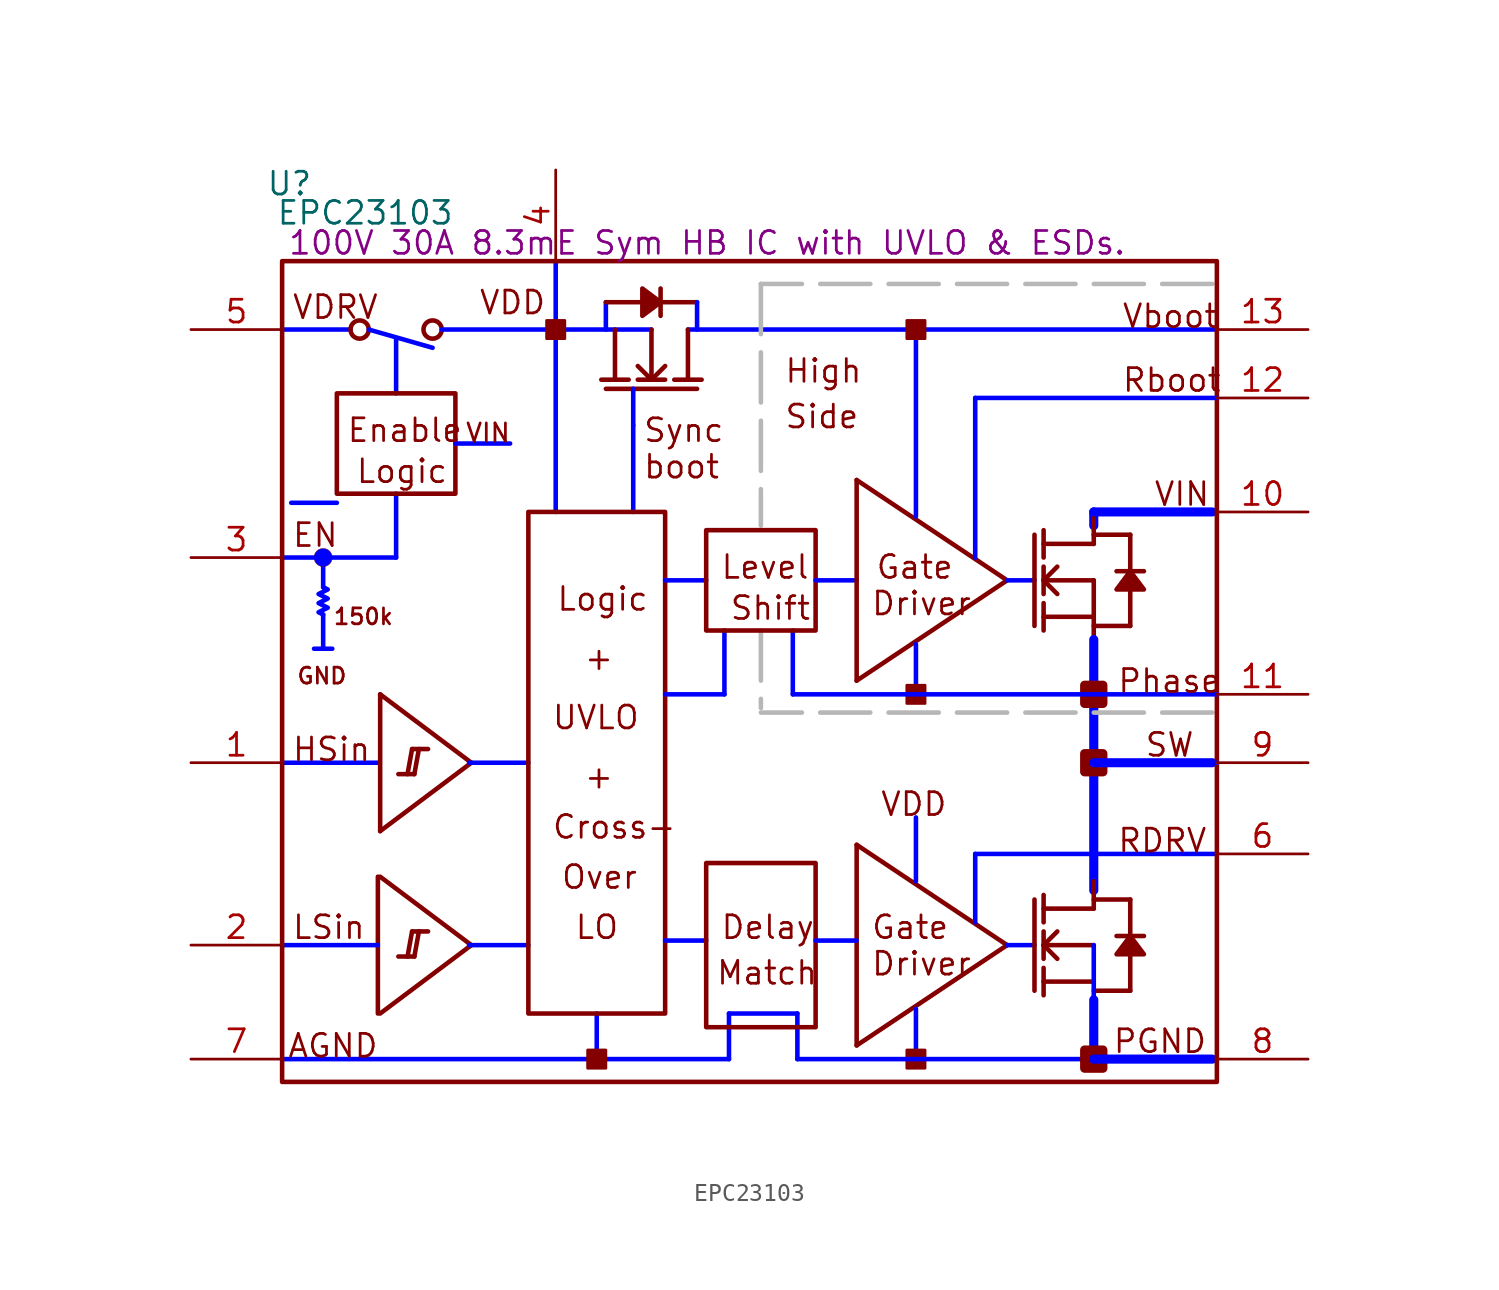
<source format=kicad_sym>
(kicad_symbol_lib
  (version 20220914)
  (generator kicad_symbol_editor)
  (symbol "EPC23103"
    (property "Reference" "U"
      (at 5.486 50.038 0)
      (effects (font (size 1.27 1.27))))
    (property "Value" "EPC23103"
      (at 9.703 48.412 0)
      (effects (font (size 1.27 1.27))))
    (property "Description" "100V 30A 8.3mE Sym HB IC with UVLO & ESDs."
      (at 28.753 46.736 0)
      (effects (font (size 1.27 1.27))))
    (symbol "EPC23103_1_0"
      (polyline (pts (xy 5.08 1.27) (xy 29.972 1.27)) (stroke (width 0.254) (type solid) (color 0 0 255 1)) (fill (type none)))
      (polyline (pts (xy 5.08 41.91) (xy 8.89 41.91)) (stroke (width 0.254) (type solid) (color 0 0 255 1)) (fill (type none)))
      (polyline (pts (xy 5.588 32.258) (xy 8.128 32.258)) (stroke (width 0.254) (type solid) (color 0 0 255 1)) (fill (type none)))
      (polyline (pts (xy 7.366 26.035) (xy 7.366 24.13)) (stroke (width 0.254) (type solid) (color 0 0 255 1)) (fill (type none)))
      (polyline (pts (xy 7.366 29.21) (xy 7.366 27.559)) (stroke (width 0.254) (type solid) (color 0 0 255 1)) (fill (type none)))
      (polyline (pts (xy 7.874 24.13) (xy 6.858 24.13)) (stroke (width 0.254) (type solid) (color 0 0 255 1)) (fill (type none)))
      (polyline (pts (xy 9.906 41.91) (xy 13.462 40.894)) (stroke (width 0.254) (type solid) (color 0 0 255 1)) (fill (type none)))
      (polyline (pts (xy 10.414 7.62) (xy 5.08 7.62)) (stroke (width 0.254) (type solid) (color 0 0 255 1)) (fill (type none)))
      (polyline (pts (xy 10.414 11.43) (xy 10.414 3.81)) (stroke (width 0.254) (type solid)) (fill (type none)))
      (polyline (pts (xy 10.414 17.78) (xy 5.08 17.78)) (stroke (width 0.254) (type solid) (color 0 0 255 1)) (fill (type none)))
      (polyline (pts (xy 10.541 3.81) (xy 15.621 7.62)) (stroke (width 0.254) (type solid)) (fill (type none)))
      (polyline (pts (xy 10.541 11.43) (xy 15.621 7.62)) (stroke (width 0.254) (type solid)) (fill (type none)))
      (polyline (pts (xy 10.541 13.97) (xy 15.621 17.78)) (stroke (width 0.254) (type solid)) (fill (type none)))
      (polyline (pts (xy 10.541 21.59) (xy 10.541 13.97)) (stroke (width 0.254) (type solid)) (fill (type none)))
      (polyline (pts (xy 10.541 21.59) (xy 15.621 17.78)) (stroke (width 0.254) (type solid)) (fill (type none)))
      (polyline (pts (xy 11.43 29.21) (xy 5.08 29.21)) (stroke (width 0.254) (type solid) (color 0 0 255 1)) (fill (type none)))
      (polyline (pts (xy 11.43 29.21) (xy 11.43 32.766)) (stroke (width 0.254) (type solid) (color 0 0 255 1)) (fill (type none)))
      (polyline (pts (xy 11.43 38.354) (xy 11.43 41.402)) (stroke (width 0.254) (type solid) (color 0 0 255 1)) (fill (type none)))
      (polyline (pts (xy 12.065 6.985) (xy 12.319 8.382)) (stroke (width 0.254) (type solid)) (fill (type none)))
      (polyline (pts (xy 12.065 17.145) (xy 12.319 18.542)) (stroke (width 0.254) (type solid)) (fill (type none)))
      (polyline (pts (xy 12.446 6.985) (xy 11.557 6.985)) (stroke (width 0.254) (type solid)) (fill (type none)))
      (polyline (pts (xy 12.446 6.985) (xy 12.7 8.382)) (stroke (width 0.254) (type solid)) (fill (type none)))
      (polyline (pts (xy 12.446 17.145) (xy 11.557 17.145)) (stroke (width 0.254) (type solid)) (fill (type none)))
      (polyline (pts (xy 12.446 17.145) (xy 12.7 18.542)) (stroke (width 0.254) (type solid)) (fill (type none)))
      (polyline (pts (xy 13.208 8.382) (xy 12.319 8.382)) (stroke (width 0.254) (type solid)) (fill (type none)))
      (polyline (pts (xy 13.208 18.542) (xy 12.319 18.542)) (stroke (width 0.254) (type solid)) (fill (type none)))
      (polyline (pts (xy 13.97 41.91) (xy 25.654 41.91)) (stroke (width 0.254) (type solid) (color 0 0 255 1)) (fill (type none)))
      (polyline (pts (xy 15.494 7.62) (xy 18.796 7.62)) (stroke (width 0.254) (type solid) (color 0 0 255 1)) (fill (type none)))
      (polyline (pts (xy 15.494 17.78) (xy 18.796 17.78)) (stroke (width 0.254) (type solid) (color 0 0 255 1)) (fill (type none)))
      (polyline (pts (xy 17.78 35.56) (xy 14.732 35.56)) (stroke (width 0.254) (type solid) (color 0 0 255 1)) (fill (type none)))
      (polyline (pts (xy 20.32 31.75) (xy 20.32 45.72)) (stroke (width 0.254) (type solid) (color 0 0 255 1)) (fill (type none)))
      (polyline (pts (xy 22.606 1.27) (xy 22.606 3.81)) (stroke (width 0.254) (type solid) (color 0 0 255 1)) (fill (type none)))
      (polyline (pts (xy 23.114 38.608) (xy 28.194 38.608)) (stroke (width 0.254) (type solid)) (fill (type none)))
      (polyline (pts (xy 23.114 43.434) (xy 23.114 41.91)) (stroke (width 0.254) (type solid) (color 0 0 255 1)) (fill (type none)))
      (polyline (pts (xy 23.114 43.434) (xy 25.146 43.434)) (stroke (width 0.254) (type solid)) (fill (type none)))
      (polyline (pts (xy 23.622 41.91) (xy 23.622 39.116)) (stroke (width 0.254) (type solid)) (fill (type none)))
      (polyline (pts (xy 24.384 39.116) (xy 22.86 39.116)) (stroke (width 0.254) (type solid)) (fill (type none)))
      (polyline (pts (xy 24.638 31.75) (xy 24.638 36.576)) (stroke (width 0.254) (type solid) (color 0 0 255 1)) (fill (type none)))
      (polyline (pts (xy 24.638 38.608) (xy 24.638 36.576)) (stroke (width 0.254) (type solid) (color 0 0 255 1)) (fill (type none)))
      (polyline (pts (xy 25.654 39.116) (xy 24.892 39.878)) (stroke (width 0.254) (type solid)) (fill (type none)))
      (polyline (pts (xy 25.654 39.116) (xy 25.654 41.91)) (stroke (width 0.254) (type solid)) (fill (type none)))
      (polyline (pts (xy 26.162 42.672) (xy 26.162 44.196)) (stroke (width 0.254) (type solid)) (fill (type none)))
      (polyline (pts (xy 26.162 43.434) (xy 28.194 43.434)) (stroke (width 0.254) (type solid)) (fill (type none)))
      (polyline (pts (xy 26.416 27.94) (xy 28.702 27.94)) (stroke (width 0.254) (type solid) (color 0 0 255 1)) (fill (type none)))
      (polyline (pts (xy 26.416 39.116) (xy 24.892 39.116)) (stroke (width 0.254) (type solid)) (fill (type none)))
      (polyline (pts (xy 26.416 39.878) (xy 25.654 39.116)) (stroke (width 0.254) (type solid)) (fill (type none)))
      (polyline (pts (xy 27.686 39.116) (xy 27.686 41.91)) (stroke (width 0.254) (type solid)) (fill (type none)))
      (polyline (pts (xy 27.686 41.91) (xy 57.15 41.91)) (stroke (width 0.254) (type solid) (color 0 0 255 1)) (fill (type none)))
      (polyline (pts (xy 28.194 43.434) (xy 28.194 41.91)) (stroke (width 0.254) (type solid) (color 0 0 255 1)) (fill (type none)))
      (polyline (pts (xy 28.448 39.116) (xy 26.924 39.116)) (stroke (width 0.254) (type solid)) (fill (type none)))
      (polyline (pts (xy 28.702 7.874) (xy 26.416 7.874)) (stroke (width 0.254) (type solid) (color 0 0 255 1)) (fill (type none)))
      (polyline (pts (xy 29.718 21.59) (xy 26.416 21.59)) (stroke (width 0.254) (type solid) (color 0 0 255 1)) (fill (type none)))
      (polyline (pts (xy 29.718 21.59) (xy 29.718 25.146)) (stroke (width 0.254) (type solid) (color 0 0 255 1)) (fill (type none)))
      (polyline (pts (xy 29.972 1.27) (xy 29.972 3.048)) (stroke (width 0.254) (type solid) (color 0 0 255 1)) (fill (type none)))
      (polyline (pts (xy 29.972 3.048) (xy 29.972 3.81)) (stroke (width 0.254) (type solid) (color 0 0 255 1)) (fill (type none)))
      (polyline (pts (xy 29.972 3.81) (xy 33.782 3.81)) (stroke (width 0.254) (type solid) (color 0 0 255 1)) (fill (type none)))
      (polyline (pts (xy 31.75 25.146) (xy 31.75 20.828)) (stroke (width 0.254) (type dash) (color 183 183 183 1)) (fill (type none)))
      (polyline (pts (xy 31.75 44.45) (xy 31.75 30.988)) (stroke (width 0.254) (type dash) (color 183 183 183 1)) (fill (type none)))
      (polyline (pts (xy 33.528 21.59) (xy 33.528 25.146)) (stroke (width 0.254) (type solid) (color 0 0 255 1)) (fill (type none)))
      (polyline (pts (xy 33.782 1.27) (xy 33.782 3.048)) (stroke (width 0.254) (type solid) (color 0 0 255 1)) (fill (type none)))
      (polyline (pts (xy 33.782 3.048) (xy 33.782 3.81)) (stroke (width 0.254) (type solid) (color 0 0 255 1)) (fill (type none)))
      (polyline (pts (xy 34.798 27.94) (xy 37.084 27.94)) (stroke (width 0.254) (type solid) (color 0 0 255 1)) (fill (type none)))
      (polyline (pts (xy 37.084 2.032) (xy 45.466 7.62)) (stroke (width 0.254) (type solid)) (fill (type none)))
      (polyline (pts (xy 37.084 7.874) (xy 34.798 7.874)) (stroke (width 0.254) (type solid) (color 0 0 255 1)) (fill (type none)))
      (polyline (pts (xy 37.084 13.208) (xy 37.084 2.032)) (stroke (width 0.254) (type solid)) (fill (type none)))
      (polyline (pts (xy 37.084 13.208) (xy 45.466 7.62)) (stroke (width 0.254) (type solid)) (fill (type none)))
      (polyline (pts (xy 37.084 22.352) (xy 45.466 27.94)) (stroke (width 0.254) (type solid)) (fill (type none)))
      (polyline (pts (xy 37.084 33.528) (xy 37.084 22.352)) (stroke (width 0.254) (type solid)) (fill (type none)))
      (polyline (pts (xy 37.084 33.528) (xy 45.466 27.94)) (stroke (width 0.254) (type solid)) (fill (type none)))
      (polyline (pts (xy 40.386 1.27) (xy 40.386 4.064)) (stroke (width 0.254) (type solid) (color 0 0 255 1)) (fill (type none)))
      (polyline (pts (xy 40.386 11.176) (xy 40.386 14.732)) (stroke (width 0.254) (type solid) (color 0 0 255 1)) (fill (type none)))
      (polyline (pts (xy 40.386 21.59) (xy 40.386 24.384)) (stroke (width 0.254) (type solid) (color 0 0 255 1)) (fill (type none)))
      (polyline (pts (xy 40.386 31.496) (xy 40.386 41.91)) (stroke (width 0.254) (type solid) (color 0 0 255 1)) (fill (type none)))
      (polyline (pts (xy 43.688 8.89) (xy 43.688 12.7)) (stroke (width 0.254) (type solid) (color 0 0 255 1)) (fill (type none)))
      (polyline (pts (xy 43.688 12.7) (xy 57.15 12.7)) (stroke (width 0.254) (type solid) (color 0 0 255 1)) (fill (type none)))
      (polyline (pts (xy 43.688 29.21) (xy 43.688 38.1)) (stroke (width 0.254) (type solid) (color 0 0 255 1)) (fill (type none)))
      (polyline (pts (xy 45.466 7.62) (xy 46.99 7.62)) (stroke (width 0.254) (type solid) (color 0 0 255 1)) (fill (type none)))
      (polyline (pts (xy 45.466 27.94) (xy 46.99 27.94)) (stroke (width 0.254) (type solid) (color 0 0 255 1)) (fill (type none)))
      (polyline (pts (xy 46.99 10.16) (xy 46.99 5.08)) (stroke (width 0.254) (type solid)) (fill (type none)))
      (polyline (pts (xy 46.99 30.48) (xy 46.99 25.4)) (stroke (width 0.254) (type solid)) (fill (type none)))
      (polyline (pts (xy 47.498 4.826) (xy 47.498 6.35)) (stroke (width 0.254) (type solid)) (fill (type none)))
      (polyline (pts (xy 47.498 5.588) (xy 50.292 5.588)) (stroke (width 0.254) (type solid)) (fill (type none)))
      (polyline (pts (xy 47.498 6.858) (xy 47.498 8.382)) (stroke (width 0.254) (type solid)) (fill (type none)))
      (polyline (pts (xy 47.498 7.62) (xy 48.26 8.382)) (stroke (width 0.254) (type solid)) (fill (type none)))
      (polyline (pts (xy 47.498 7.62) (xy 50.292 7.62)) (stroke (width 0.254) (type solid)) (fill (type none)))
      (polyline (pts (xy 47.498 8.89) (xy 47.498 10.414)) (stroke (width 0.254) (type solid)) (fill (type none)))
      (polyline (pts (xy 47.498 25.146) (xy 47.498 26.67)) (stroke (width 0.254) (type solid)) (fill (type none)))
      (polyline (pts (xy 47.498 25.908) (xy 50.292 25.908)) (stroke (width 0.254) (type solid)) (fill (type none)))
      (polyline (pts (xy 47.498 27.178) (xy 47.498 28.702)) (stroke (width 0.254) (type solid)) (fill (type none)))
      (polyline (pts (xy 47.498 27.94) (xy 48.26 28.702)) (stroke (width 0.254) (type solid)) (fill (type none)))
      (polyline (pts (xy 47.498 27.94) (xy 50.292 27.94)) (stroke (width 0.254) (type solid)) (fill (type none)))
      (polyline (pts (xy 47.498 29.21) (xy 47.498 30.734)) (stroke (width 0.254) (type solid)) (fill (type none)))
      (polyline (pts (xy 48.26 6.858) (xy 47.498 7.62)) (stroke (width 0.254) (type solid)) (fill (type none)))
      (polyline (pts (xy 48.26 27.178) (xy 47.498 27.94)) (stroke (width 0.254) (type solid)) (fill (type none)))
      (polyline (pts (xy 50.292 1.27) (xy 33.782 1.27)) (stroke (width 0.254) (type solid) (color 0 0 255 1)) (fill (type none)))
      (polyline (pts (xy 50.292 1.27) (xy 50.292 7.62)) (stroke (width 0.254) (type solid) (color 0 0 255 1)) (fill (type none)))
      (polyline (pts (xy 50.292 1.524) (xy 50.292 4.572)) (stroke (width 0.508) (type solid) (color 0 0 255 1)) (fill (type none)))
      (polyline (pts (xy 50.292 5.08) (xy 52.324 5.08)) (stroke (width 0.254) (type solid)) (fill (type none)))
      (polyline (pts (xy 50.292 9.652) (xy 47.498 9.652)) (stroke (width 0.254) (type solid)) (fill (type none)))
      (polyline (pts (xy 50.292 9.652) (xy 50.292 11.176)) (stroke (width 0.254) (type solid)) (fill (type none)))
      (polyline (pts (xy 50.292 10.16) (xy 52.324 10.16)) (stroke (width 0.254) (type solid)) (fill (type none)))
      (polyline (pts (xy 50.292 10.668) (xy 50.292 21.59)) (stroke (width 0.508) (type solid) (color 0 0 255 1)) (fill (type none)))
      (polyline (pts (xy 50.292 21.59) (xy 50.292 24.638)) (stroke (width 0.508) (type solid) (color 0 0 255 1)) (fill (type none)))
      (polyline (pts (xy 50.292 25.4) (xy 52.324 25.4)) (stroke (width 0.254) (type solid)) (fill (type none)))
      (polyline (pts (xy 50.292 27.94) (xy 50.292 22.86)) (stroke (width 0.254) (type solid)) (fill (type none)))
      (polyline (pts (xy 50.292 29.972) (xy 47.498 29.972)) (stroke (width 0.254) (type solid)) (fill (type none)))
      (polyline (pts (xy 50.292 29.972) (xy 50.292 31.496)) (stroke (width 0.254) (type solid)) (fill (type none)))
      (polyline (pts (xy 50.292 30.48) (xy 52.324 30.48)) (stroke (width 0.254) (type solid)) (fill (type none)))
      (polyline (pts (xy 50.292 30.988) (xy 50.292 31.75)) (stroke (width 0.508) (type solid) (color 0 0 255 1)) (fill (type none)))
      (polyline (pts (xy 50.292 31.75) (xy 57.15 31.75)) (stroke (width 0.254) (type solid) (color 0 0 255 1)) (fill (type none)))
      (polyline (pts (xy 52.324 7.112) (xy 52.324 5.08)) (stroke (width 0.254) (type solid)) (fill (type none)))
      (polyline (pts (xy 52.324 10.16) (xy 52.324 8.128)) (stroke (width 0.254) (type solid)) (fill (type none)))
      (polyline (pts (xy 52.324 27.432) (xy 52.324 25.4)) (stroke (width 0.254) (type solid)) (fill (type none)))
      (polyline (pts (xy 52.324 30.48) (xy 52.324 28.448)) (stroke (width 0.254) (type solid)) (fill (type none)))
      (polyline (pts (xy 53.086 8.128) (xy 51.562 8.128)) (stroke (width 0.254) (type solid)) (fill (type none)))
      (polyline (pts (xy 53.086 28.448) (xy 51.562 28.448)) (stroke (width 0.254) (type solid)) (fill (type none)))
      (polyline (pts (xy 56.896 1.27) (xy 50.292 1.27)) (stroke (width 0.508) (type solid) (color 0 0 255 1)) (fill (type none)))
      (polyline (pts (xy 56.896 17.78) (xy 50.292 17.78)) (stroke (width 0.508) (type solid) (color 0 0 255 1)) (fill (type none)))
      (polyline (pts (xy 56.896 20.574) (xy 31.75 20.574)) (stroke (width 0.254) (type dash) (color 183 183 183 1)) (fill (type none)))
      (polyline (pts (xy 56.896 31.75) (xy 50.292 31.75)) (stroke (width 0.508) (type solid) (color 0 0 255 1)) (fill (type none)))
      (polyline (pts (xy 56.896 44.45) (xy 31.75 44.45)) (stroke (width 0.254) (type dash) (color 183 183 183 1)) (fill (type none)))
      (polyline (pts (xy 57.15 17.78) (xy 50.292 17.78)) (stroke (width 0.254) (type solid) (color 0 0 255 1)) (fill (type none)))
      (polyline (pts (xy 57.15 21.59) (xy 33.528 21.59)) (stroke (width 0.254) (type solid) (color 0 0 255 1)) (fill (type none)))
      (polyline (pts (xy 57.15 38.1) (xy 43.688 38.1)) (stroke (width 0.254) (type solid) (color 0 0 255 1)) (fill (type none)))
      (polyline (pts (xy 26.162 43.434) (xy 25.146 44.196) (xy 25.146 42.672) (xy 26.162 43.434)) (stroke (width 0.254) (type solid)) (fill (type outline)))
      (polyline (pts (xy 52.324 8.128) (xy 51.562 7.112) (xy 53.086 7.112) (xy 52.324 8.128)) (stroke (width 0.254) (type solid)) (fill (type outline)))
      (polyline (pts (xy 52.324 28.448) (xy 51.562 27.432) (xy 53.086 27.432) (xy 52.324 28.448)) (stroke (width 0.254) (type solid)) (fill (type outline)))
      (polyline (pts (xy 7.366 26.035) (xy 7.112 26.162) (xy 7.62 26.416) (xy 7.112 26.67) (xy 7.62 26.924) (xy 7.112 27.178) (xy 7.62 27.432) (xy 7.366 27.559)) (stroke (width 0.254) (type solid) (color 0 0 255 1)) (fill (type none)))
      (circle (center 7.366 29.21) (radius 0.508) (stroke (width 0.0001) (type solid)) (fill (type color) (color 0 0 255 1)))
      (circle (center 9.398 41.91) (radius 0.508) (stroke (width 0.254) (type solid)) (fill (type none)))
      (circle (center 13.462 41.91) (radius 0.508) (stroke (width 0.254) (type solid)) (fill (type none)))
      (rectangle (start 14.732 38.354) (end 8.128 32.766) (stroke (width 0.254) (type solid)) (fill (type none)))
      (rectangle (start 20.828 42.418) (end 19.812 41.402) (stroke (width 0) (type solid)) (fill (type outline)))
      (rectangle (start 23.114 1.778) (end 22.098 0.762) (stroke (width 0) (type solid)) (fill (type outline)))
      (rectangle (start 26.416 31.75) (end 18.796 3.81) (stroke (width 0.254) (type solid)) (fill (type none)))
      (rectangle (start 34.798 12.192) (end 28.702 3.048) (stroke (width 0.254) (type solid)) (fill (type none)))
      (rectangle (start 34.798 30.734) (end 28.702 25.146) (stroke (width 0.254) (type solid)) (fill (type none)))
      (rectangle (start 40.894 1.778) (end 39.878 0.762) (stroke (width 0) (type solid)) (fill (type outline)))
      (rectangle (start 40.894 22.098) (end 39.878 21.082) (stroke (width 0) (type solid)) (fill (type outline)))
      (rectangle (start 40.894 42.418) (end 39.878 41.402) (stroke (width 0) (type solid)) (fill (type outline)))
      (rectangle (start 50.8 1.778) (end 49.784 0.762) (stroke (width 0.508) (type solid)) (fill (type outline)))
      (rectangle (start 50.8 18.288) (end 49.784 17.272) (stroke (width 0.508) (type solid)) (fill (type outline)))
      (rectangle (start 50.8 22.098) (end 49.784 21.082) (stroke (width 0.508) (type solid)) (fill (type outline)))
      (rectangle (start 57.15 45.72) (end 5.08 0) (stroke (width 0.254) (type solid)) (fill (type none)))
      (text "+" (at 21.844 16.256 0) (effects (font (size 1.27 1.27)) (justify left bottom)))
      (text "+" (at 21.844 22.86 0) (effects (font (size 1.27 1.27)) (justify left bottom)))
      (text "150k" (at 7.874 25.4 0) (effects (font (size 0.889 0.889)) (justify left bottom)))
      (text "AGND" (at 5.334 1.27 0) (effects (font (size 1.27 1.27)) (justify left bottom)))
      (text "boot" (at 25.146 33.528 0) (effects (font (size 1.27 1.27)) (justify left bottom)))
      (text "Cross-" (at 20.066 13.462 0) (effects (font (size 1.27 1.27)) (justify left bottom)))
      (text "Delay" (at 29.464 7.874 0) (effects (font (size 1.27 1.27)) (justify left bottom)))
      (text "Driver" (at 37.846 5.842 0) (effects (font (size 1.27 1.27)) (justify left bottom)))
      (text "Driver" (at 37.846 25.908 0) (effects (font (size 1.27 1.27)) (justify left bottom)))
      (text "EN" (at 5.588 29.718 0) (effects (font (size 1.27 1.27)) (justify left bottom)))
      (text "Enable" (at 8.636 35.56 0) (effects (font (size 1.27 1.27)) (justify left bottom)))
      (text "Gate" (at 37.846 7.874 0) (effects (font (size 1.27 1.27)) (justify left bottom)))
      (text "Gate" (at 38.1 27.94 0) (effects (font (size 1.27 1.27)) (justify left bottom)))
      (text "GND" (at 5.842 22.098 0) (effects (font (size 0.889 0.889)) (justify left bottom)))
      (text "High" (at 33.02 38.862 0) (effects (font (size 1.27 1.27)) (justify left bottom)))
      (text "HSin" (at 5.588 17.78 0) (effects (font (size 1.27 1.27)) (justify left bottom)))
      (text "Level" (at 29.464 27.94 0) (effects (font (size 1.27 1.27)) (justify left bottom)))
      (text "LO" (at 21.336 7.874 0) (effects (font (size 1.27 1.27)) (justify left bottom)))
      (text "Logic" (at 9.144 33.274 0) (effects (font (size 1.27 1.27)) (justify left bottom)))
      (text "Logic" (at 20.32 26.162 0) (effects (font (size 1.27 1.27)) (justify left bottom)))
      (text "LSin" (at 5.588 7.874 0) (effects (font (size 1.27 1.27)) (justify left bottom)))
      (text "Match" (at 29.21 5.334 0) (effects (font (size 1.27 1.27)) (justify left bottom)))
      (text "Over" (at 20.574 10.668 0) (effects (font (size 1.27 1.27)) (justify left bottom)))
      (text "PGND" (at 51.308 1.524 0) (effects (font (size 1.27 1.27)) (justify left bottom)))
      (text "Phase" (at 51.562 21.59 0) (effects (font (size 1.27 1.27)) (justify left bottom)))
      (text "Rboot" (at 51.816 38.354 0) (effects (font (size 1.27 1.27)) (justify left bottom)))
      (text "RDRV" (at 51.562 12.7 0) (effects (font (size 1.27 1.27)) (justify left bottom)))
      (text "Shift" (at 29.972 25.654 0) (effects (font (size 1.27 1.27)) (justify left bottom)))
      (text "Side" (at 33.02 36.322 0) (effects (font (size 1.27 1.27)) (justify left bottom)))
      (text "SW" (at 53.086 18.034 0) (effects (font (size 1.27 1.27)) (justify left bottom)))
      (text "Sync" (at 25.146 35.56 0) (effects (font (size 1.27 1.27)) (justify left bottom)))
      (text "UVLO" (at 20.066 19.558 0) (effects (font (size 1.27 1.27)) (justify left bottom)))
      (text "Vboot" (at 51.816 41.91 0) (effects (font (size 1.27 1.27)) (justify left bottom)))
      (text "VDD" (at 16.002 42.672 0) (effects (font (size 1.27 1.27)) (justify left bottom)))
      (text "VDD" (at 38.354 14.732 0) (effects (font (size 1.27 1.27)) (justify left bottom)))
      (text "VDRV" (at 5.588 42.418 0) (effects (font (size 1.27 1.27)) (justify left bottom)))
      (text "VIN" (at 15.24 35.56 0) (effects (font (size 1.016 1.016)) (justify left bottom)))
      (text "VIN" (at 53.594 32.004 0) (effects (font (size 1.27 1.27)) (justify left bottom)))
      (pin passive line (at 0 17.78 0) (length 5.08) (name "HSin" (effects (font (size 0 0)))) (number "1" (effects (font (size 1.27 1.27)))))
      (pin passive line (at 62.23 31.75 180) (length 5.08) (name "VIN" (effects (font (size 0 0)))) (number "10" (effects (font (size 1.27 1.27)))))
      (pin passive line (at 62.23 21.59 180) (length 5.08) (name "Phase" (effects (font (size 0 0)))) (number "11" (effects (font (size 1.27 1.27)))))
      (pin passive line (at 62.23 38.1 180) (length 5.08) (name "Rboot" (effects (font (size 0 0)))) (number "12" (effects (font (size 1.27 1.27)))))
      (pin passive line (at 62.23 41.91 180) (length 5.08) (name "Vboot" (effects (font (size 0 0)))) (number "13" (effects (font (size 1.27 1.27)))))
      (pin passive line (at 0 7.62 0) (length 5.08) (name "LSin" (effects (font (size 0 0)))) (number "2" (effects (font (size 1.27 1.27)))))
      (pin passive line (at 0 29.21 0) (length 5.08) (name "ENb" (effects (font (size 0 0)))) (number "3" (effects (font (size 1.27 1.27)))))
      (pin passive line (at 20.32 50.8 270) (length 5.08) (name "VDD" (effects (font (size 0 0)))) (number "4" (effects (font (size 1.27 1.27)))))
      (pin passive line (at 0 41.91 0) (length 5.08) (name "VDRV" (effects (font (size 0 0)))) (number "5" (effects (font (size 1.27 1.27)))))
      (pin passive line (at 62.23 12.7 180) (length 5.08) (name "RDRV" (effects (font (size 0 0)))) (number "6" (effects (font (size 1.27 1.27)))))
      (pin passive line (at 0 1.27 0) (length 5.08) (name "AGND" (effects (font (size 0 0)))) (number "7" (effects (font (size 1.27 1.27)))))
      (pin passive line (at 62.23 1.27 180) (length 5.08) (name "PGND" (effects (font (size 0 0)))) (number "8" (effects (font (size 1.27 1.27)))))
      (pin passive line (at 62.23 17.78 180) (length 5.08) (name "SW" (effects (font (size 0 0)))) (number "9" (effects (font (size 1.27 1.27))))))))
</source>
